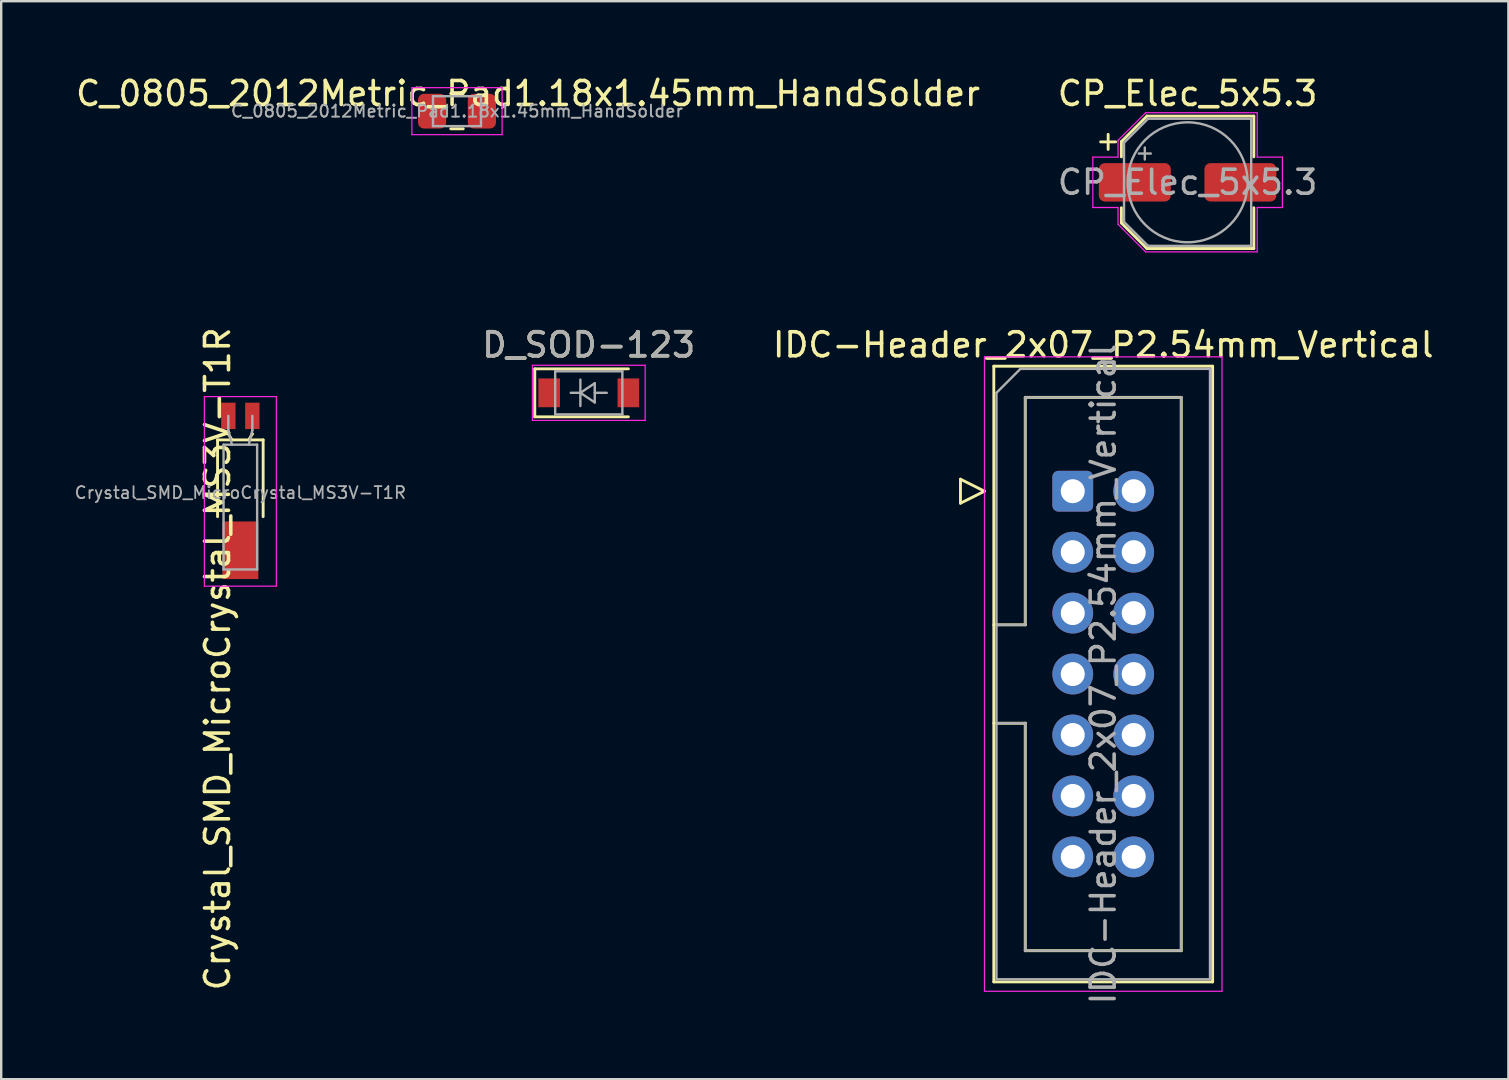
<source format=kicad_pcb>
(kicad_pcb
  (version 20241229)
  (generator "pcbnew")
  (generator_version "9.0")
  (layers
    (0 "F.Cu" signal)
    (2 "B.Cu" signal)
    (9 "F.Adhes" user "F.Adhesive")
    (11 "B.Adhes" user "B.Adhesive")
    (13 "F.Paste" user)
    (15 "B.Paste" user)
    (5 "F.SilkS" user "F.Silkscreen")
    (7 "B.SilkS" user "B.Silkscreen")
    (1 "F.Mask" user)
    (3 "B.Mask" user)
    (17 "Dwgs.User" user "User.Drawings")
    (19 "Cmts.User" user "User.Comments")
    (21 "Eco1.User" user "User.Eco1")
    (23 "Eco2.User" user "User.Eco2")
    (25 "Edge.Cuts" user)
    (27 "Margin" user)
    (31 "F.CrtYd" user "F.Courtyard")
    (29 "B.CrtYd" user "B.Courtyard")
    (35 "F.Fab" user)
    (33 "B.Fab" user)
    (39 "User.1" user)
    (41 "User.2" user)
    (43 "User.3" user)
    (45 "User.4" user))
  (footprint "IDC-Header_2x07_P2.54mm_Vertical"
    (layer "F.Cu")
    (at 41.659 17.422)
    (property "Reference" "IDC-Header_2x07_P2.54mm_Vertical" (at 1.27 -6.1 0) (layer "F.SilkS") (effects (font (size 1 1) (thickness 0.15))))
    (attr through_hole)
    (fp_line (start -4.68 -0.5) (end -4.68 0.5) (stroke (width 0.12) (type solid)) (layer "F.SilkS"))
    (fp_line (start -4.68 0.5) (end -3.68 0) (stroke (width 0.12) (type solid)) (layer "F.SilkS"))
    (fp_line (start -3.68 0) (end -4.68 -0.5) (stroke (width 0.12) (type solid)) (layer "F.SilkS"))
    (fp_line (start -3.29 -5.21) (end 5.83 -5.21) (stroke (width 0.12) (type solid)) (layer "F.SilkS"))
    (fp_line (start -3.29 5.57) (end -1.98 5.57) (stroke (width 0.12) (type solid)) (layer "F.SilkS"))
    (fp_line (start -3.29 20.45) (end -3.29 -5.21) (stroke (width 0.12) (type solid)) (layer "F.SilkS"))
    (fp_line (start -1.98 -3.91) (end 4.52 -3.91) (stroke (width 0.12) (type solid)) (layer "F.SilkS"))
    (fp_line (start -1.98 5.57) (end -1.98 -3.91) (stroke (width 0.12) (type solid)) (layer "F.SilkS"))
    (fp_line (start -1.98 9.67) (end -3.29 9.67) (stroke (width 0.12) (type solid)) (layer "F.SilkS"))
    (fp_line (start -1.98 9.67) (end -1.98 9.67) (stroke (width 0.12) (type solid)) (layer "F.SilkS"))
    (fp_line (start -1.98 19.15) (end -1.98 9.67) (stroke (width 0.12) (type solid)) (layer "F.SilkS"))
    (fp_line (start 4.52 -3.91) (end 4.52 19.15) (stroke (width 0.12) (type solid)) (layer "F.SilkS"))
    (fp_line (start 4.52 19.15) (end -1.98 19.15) (stroke (width 0.12) (type solid)) (layer "F.SilkS"))
    (fp_line (start 5.83 -5.21) (end 5.83 20.45) (stroke (width 0.12) (type solid)) (layer "F.SilkS"))
    (fp_line (start 5.83 20.45) (end -3.29 20.45) (stroke (width 0.12) (type solid)) (layer "F.SilkS"))
    (fp_line (start -3.68 -5.6) (end -3.68 20.84) (stroke (width 0.05) (type solid)) (layer "F.CrtYd"))
    (fp_line (start -3.68 20.84) (end 6.22 20.84) (stroke (width 0.05) (type solid)) (layer "F.CrtYd"))
    (fp_line (start 6.22 -5.6) (end -3.68 -5.6) (stroke (width 0.05) (type solid)) (layer "F.CrtYd"))
    (fp_line (start 6.22 20.84) (end 6.22 -5.6) (stroke (width 0.05) (type solid)) (layer "F.CrtYd"))
    (fp_line (start -3.18 -4.1) (end -2.18 -5.1) (stroke (width 0.1) (type solid)) (layer "F.Fab"))
    (fp_line (start -3.18 5.57) (end -1.98 5.57) (stroke (width 0.1) (type solid)) (layer "F.Fab"))
    (fp_line (start -3.18 20.34) (end -3.18 -4.1) (stroke (width 0.1) (type solid)) (layer "F.Fab"))
    (fp_line (start -2.18 -5.1) (end 5.72 -5.1) (stroke (width 0.1) (type solid)) (layer "F.Fab"))
    (fp_line (start -1.98 -3.91) (end 4.52 -3.91) (stroke (width 0.1) (type solid)) (layer "F.Fab"))
    (fp_line (start -1.98 5.57) (end -1.98 -3.91) (stroke (width 0.1) (type solid)) (layer "F.Fab"))
    (fp_line (start -1.98 9.67) (end -3.18 9.67) (stroke (width 0.1) (type solid)) (layer "F.Fab"))
    (fp_line (start -1.98 9.67) (end -1.98 9.67) (stroke (width 0.1) (type solid)) (layer "F.Fab"))
    (fp_line (start -1.98 19.15) (end -1.98 9.67) (stroke (width 0.1) (type solid)) (layer "F.Fab"))
    (fp_line (start 4.52 -3.91) (end 4.52 19.15) (stroke (width 0.1) (type solid)) (layer "F.Fab"))
    (fp_line (start 4.52 19.15) (end -1.98 19.15) (stroke (width 0.1) (type solid)) (layer "F.Fab"))
    (fp_line (start 5.72 -5.1) (end 5.72 20.34) (stroke (width 0.1) (type solid)) (layer "F.Fab"))
    (fp_line (start 5.72 20.34) (end -3.18 20.34) (stroke (width 0.1) (type solid)) (layer "F.Fab"))
    (fp_text user "${REFERENCE}" (at 1.27 7.62 90) (layer "F.Fab") (effects (font (size 1 1) (thickness 0.15))))
    (pad "1" thru_hole roundrect (at 0 0 180) (size 1.7 1.7) (drill 1) (layers "*.Cu" "*.Mask") (roundrect_rratio 0.147))
    (pad "2" thru_hole circle (at 2.54 0 180) (size 1.7 1.7) (drill 1) (layers "*.Cu" "*.Mask"))
    (pad "3" thru_hole circle (at 0 2.54 180) (size 1.7 1.7) (drill 1) (layers "*.Cu" "*.Mask"))
    (pad "4" thru_hole circle (at 2.54 2.54 180) (size 1.7 1.7) (drill 1) (layers "*.Cu" "*.Mask"))
    (pad "5" thru_hole circle (at 0 5.08 180) (size 1.7 1.7) (drill 1) (layers "*.Cu" "*.Mask"))
    (pad "6" thru_hole circle (at 2.54 5.08 180) (size 1.7 1.7) (drill 1) (layers "*.Cu" "*.Mask"))
    (pad "7" thru_hole circle (at 0 7.62 180) (size 1.7 1.7) (drill 1) (layers "*.Cu" "*.Mask"))
    (pad "8" thru_hole circle (at 2.54 7.62 180) (size 1.7 1.7) (drill 1) (layers "*.Cu" "*.Mask"))
    (pad "9" thru_hole circle (at 0 10.16 180) (size 1.7 1.7) (drill 1) (layers "*.Cu" "*.Mask"))
    (pad "10" thru_hole circle (at 2.54 10.16 180) (size 1.7 1.7) (drill 1) (layers "*.Cu" "*.Mask"))
    (pad "11" thru_hole circle (at 0 12.7 180) (size 1.7 1.7) (drill 1) (layers "*.Cu" "*.Mask"))
    (pad "12" thru_hole circle (at 2.54 12.7 180) (size 1.7 1.7) (drill 1) (layers "*.Cu" "*.Mask"))
    (pad "13" thru_hole circle (at 0 15.24 180) (size 1.7 1.7) (drill 1) (layers "*.Cu" "*.Mask"))
    (pad "14" thru_hole circle (at 2.54 15.24 180) (size 1.7 1.7) (drill 1) (layers "*.Cu" "*.Mask")))
  (footprint "D_SOD-123"
    (layer "F.Cu")
    (at 21.488 13.322)
    (property "Reference" "D_SOD-123" (at 0 -2 0) (layer "F.SilkS") (effects (font (size 1 1) (thickness 0.15))))
    (attr smd)
    (fp_line (start -2.25 -1) (end -2.25 1) (stroke (width 0.12) (type solid)) (layer "F.SilkS"))
    (fp_line (start -2.25 -1) (end 1.65 -1) (stroke (width 0.12) (type solid)) (layer "F.SilkS"))
    (fp_line (start -2.25 1) (end 1.65 1) (stroke (width 0.12) (type solid)) (layer "F.SilkS"))
    (fp_line (start -2.35 -1.15) (end -2.35 1.15) (stroke (width 0.05) (type solid)) (layer "F.CrtYd"))
    (fp_line (start -2.35 -1.15) (end 2.35 -1.15) (stroke (width 0.05) (type solid)) (layer "F.CrtYd"))
    (fp_line (start 2.35 -1.15) (end 2.35 1.15) (stroke (width 0.05) (type solid)) (layer "F.CrtYd"))
    (fp_line (start 2.35 1.15) (end -2.35 1.15) (stroke (width 0.05) (type solid)) (layer "F.CrtYd"))
    (fp_line (start -1.4 -0.9) (end 1.4 -0.9) (stroke (width 0.1) (type solid)) (layer "F.Fab"))
    (fp_line (start -1.4 0.9) (end -1.4 -0.9) (stroke (width 0.1) (type solid)) (layer "F.Fab"))
    (fp_line (start -0.75 0) (end -0.35 0) (stroke (width 0.1) (type solid)) (layer "F.Fab"))
    (fp_line (start -0.35 0) (end -0.35 -0.55) (stroke (width 0.1) (type solid)) (layer "F.Fab"))
    (fp_line (start -0.35 0) (end -0.35 0.55) (stroke (width 0.1) (type solid)) (layer "F.Fab"))
    (fp_line (start -0.35 0) (end 0.25 -0.4) (stroke (width 0.1) (type solid)) (layer "F.Fab"))
    (fp_line (start 0.25 -0.4) (end 0.25 0.4) (stroke (width 0.1) (type solid)) (layer "F.Fab"))
    (fp_line (start 0.25 0) (end 0.75 0) (stroke (width 0.1) (type solid)) (layer "F.Fab"))
    (fp_line (start 0.25 0.4) (end -0.35 0) (stroke (width 0.1) (type solid)) (layer "F.Fab"))
    (fp_line (start 1.4 -0.9) (end 1.4 0.9) (stroke (width 0.1) (type solid)) (layer "F.Fab"))
    (fp_line (start 1.4 0.9) (end -1.4 0.9) (stroke (width 0.1) (type solid)) (layer "F.Fab"))
    (fp_text user "${REFERENCE}" (at 0 -2 0) (layer "F.Fab") (effects (font (size 1 1) (thickness 0.15))))
    (pad "1" smd rect (at -1.65 0 180) (size 0.9 1.2) (layers "F.Cu" "F.Mask" "F.Paste"))
    (pad "2" smd rect (at 1.65 0 180) (size 0.9 1.2) (layers "F.Cu" "F.Mask" "F.Paste")))
  (footprint "CP_Elec_5x5.3"
    (layer "F.Cu")
    (at 46.446 4.548)
    (property "Reference" "CP_Elec_5x5.3" (at 0 -3.7 0) (layer "F.SilkS") (effects (font (size 1 1) (thickness 0.15))))
    (attr smd)
    (fp_line (start -3.625 -1.685) (end -3 -1.685) (stroke (width 0.12) (type solid)) (layer "F.SilkS"))
    (fp_line (start -3.312 -1.998) (end -3.312 -1.373) (stroke (width 0.12) (type solid)) (layer "F.SilkS"))
    (fp_line (start -2.76 -1.696) (end -2.76 -1.06) (stroke (width 0.12) (type solid)) (layer "F.SilkS"))
    (fp_line (start -2.76 -1.696) (end -1.696 -2.76) (stroke (width 0.12) (type solid)) (layer "F.SilkS"))
    (fp_line (start -2.76 1.696) (end -2.76 1.06) (stroke (width 0.12) (type solid)) (layer "F.SilkS"))
    (fp_line (start -2.76 1.696) (end -1.696 2.76) (stroke (width 0.12) (type solid)) (layer "F.SilkS"))
    (fp_line (start -1.696 -2.76) (end 2.76 -2.76) (stroke (width 0.12) (type solid)) (layer "F.SilkS"))
    (fp_line (start -1.696 2.76) (end 2.76 2.76) (stroke (width 0.12) (type solid)) (layer "F.SilkS"))
    (fp_line (start 2.76 -2.76) (end 2.76 -1.06) (stroke (width 0.12) (type solid)) (layer "F.SilkS"))
    (fp_line (start 2.76 2.76) (end 2.76 1.06) (stroke (width 0.12) (type solid)) (layer "F.SilkS"))
    (fp_line (start -3.95 -1.05) (end -3.95 1.05) (stroke (width 0.05) (type solid)) (layer "F.CrtYd"))
    (fp_line (start -3.95 1.05) (end -2.9 1.05) (stroke (width 0.05) (type solid)) (layer "F.CrtYd"))
    (fp_line (start -2.9 -1.75) (end -2.9 -1.05) (stroke (width 0.05) (type solid)) (layer "F.CrtYd"))
    (fp_line (start -2.9 -1.75) (end -1.75 -2.9) (stroke (width 0.05) (type solid)) (layer "F.CrtYd"))
    (fp_line (start -2.9 -1.05) (end -3.95 -1.05) (stroke (width 0.05) (type solid)) (layer "F.CrtYd"))
    (fp_line (start -2.9 1.05) (end -2.9 1.75) (stroke (width 0.05) (type solid)) (layer "F.CrtYd"))
    (fp_line (start -2.9 1.75) (end -1.75 2.9) (stroke (width 0.05) (type solid)) (layer "F.CrtYd"))
    (fp_line (start -1.75 -2.9) (end 2.9 -2.9) (stroke (width 0.05) (type solid)) (layer "F.CrtYd"))
    (fp_line (start -1.75 2.9) (end 2.9 2.9) (stroke (width 0.05) (type solid)) (layer "F.CrtYd"))
    (fp_line (start 2.9 -2.9) (end 2.9 -1.05) (stroke (width 0.05) (type solid)) (layer "F.CrtYd"))
    (fp_line (start 2.9 -1.05) (end 3.95 -1.05) (stroke (width 0.05) (type solid)) (layer "F.CrtYd"))
    (fp_line (start 2.9 1.05) (end 2.9 2.9) (stroke (width 0.05) (type solid)) (layer "F.CrtYd"))
    (fp_line (start 3.95 -1.05) (end 3.95 1.05) (stroke (width 0.05) (type solid)) (layer "F.CrtYd"))
    (fp_line (start 3.95 1.05) (end 2.9 1.05) (stroke (width 0.05) (type solid)) (layer "F.CrtYd"))
    (fp_line (start -2.65 -1.65) (end -2.65 1.65) (stroke (width 0.1) (type solid)) (layer "F.Fab"))
    (fp_line (start -2.65 -1.65) (end -1.65 -2.65) (stroke (width 0.1) (type solid)) (layer "F.Fab"))
    (fp_line (start -2.65 1.65) (end -1.65 2.65) (stroke (width 0.1) (type solid)) (layer "F.Fab"))
    (fp_line (start -2.034 -1.2) (end -1.534 -1.2) (stroke (width 0.1) (type solid)) (layer "F.Fab"))
    (fp_line (start -1.784 -1.45) (end -1.784 -0.95) (stroke (width 0.1) (type solid)) (layer "F.Fab"))
    (fp_line (start -1.65 -2.65) (end 2.65 -2.65) (stroke (width 0.1) (type solid)) (layer "F.Fab"))
    (fp_line (start -1.65 2.65) (end 2.65 2.65) (stroke (width 0.1) (type solid)) (layer "F.Fab"))
    (fp_line (start 2.65 -2.65) (end 2.65 2.65) (stroke (width 0.1) (type solid)) (layer "F.Fab"))
    (fp_circle (center 0 0) (end 2.5 0) (stroke (width 0.1) (type solid)) (fill no) (layer "F.Fab"))
    (fp_text user "${REFERENCE}" (at 0 0 0) (layer "F.Fab") (effects (font (size 1 1) (thickness 0.15))))
    (pad "1" smd roundrect (at -2.2 0 180) (size 3 1.6) (layers "F.Cu" "F.Mask" "F.Paste") (roundrect_rratio 0.156))
    (pad "2" smd roundrect (at 2.2 0 180) (size 3 1.6) (layers "F.Cu" "F.Mask" "F.Paste") (roundrect_rratio 0.156)))
  (footprint "C_0805_2012Metric_Pad1.18x1.45mm_HandSolder"
    (layer "F.Cu")
    (at 15.996 1.583)
    (property "Reference" "C_0805_2012Metric_Pad1.18x1.45mm_HandSolder" (at 2.962 -0.735 0) (layer "F.SilkS") (effects (font (size 1 1) (thickness 0.15))))
    (attr smd)
    (fp_line (start -0.261 -0.735) (end 0.261 -0.735) (stroke (width 0.12) (type solid)) (layer "F.SilkS"))
    (fp_line (start -0.261 0.735) (end 0.261 0.735) (stroke (width 0.12) (type solid)) (layer "F.SilkS"))
    (fp_line (start -1.88 -0.98) (end 1.88 -0.98) (stroke (width 0.05) (type solid)) (layer "F.CrtYd"))
    (fp_line (start -1.88 0.98) (end -1.88 -0.98) (stroke (width 0.05) (type solid)) (layer "F.CrtYd"))
    (fp_line (start 1.88 -0.98) (end 1.88 0.98) (stroke (width 0.05) (type solid)) (layer "F.CrtYd"))
    (fp_line (start 1.88 0.98) (end -1.88 0.98) (stroke (width 0.05) (type solid)) (layer "F.CrtYd"))
    (fp_line (start -1 -0.625) (end 1 -0.625) (stroke (width 0.1) (type solid)) (layer "F.Fab"))
    (fp_line (start -1 0.625) (end -1 -0.625) (stroke (width 0.1) (type solid)) (layer "F.Fab"))
    (fp_line (start 1 -0.625) (end 1 0.625) (stroke (width 0.1) (type solid)) (layer "F.Fab"))
    (fp_line (start 1 0.625) (end -1 0.625) (stroke (width 0.1) (type solid)) (layer "F.Fab"))
    (fp_text user "${REFERENCE}" (at 0 0 0) (layer "F.Fab") (effects (font (size 0.5 0.5) (thickness 0.08))))
    (pad "1" smd roundrect (at -1.038 0 180) (size 1.175 1.45) (layers "F.Cu" "F.Mask" "F.Paste") (roundrect_rratio 0.213))
    (pad "2" smd roundrect (at 1.038 0 180) (size 1.175 1.45) (layers "F.Cu" "F.Mask" "F.Paste") (roundrect_rratio 0.213)))
  (footprint "Crystal_SMD_MicroCrystal_MS3V-T1R"
    (layer "F.Cu")
    (at 6.967 17.408)
    (property "Reference" "Crystal_SMD_MicroCrystal_MS3V-T1R" (at -0.95 7 90) (layer "F.SilkS") (effects (font (size 1 1) (thickness 0.15))))
    (attr smd)
    (fp_line (start -0.95 -2.125) (end 0.95 -2.125) (stroke (width 0.12) (type solid)) (layer "F.SilkS"))
    (fp_line (start -0.95 1.075) (end -0.95 -2.125) (stroke (width 0.12) (type solid)) (layer "F.SilkS"))
    (fp_line (start -0.5 -2.375) (end -0.5 -2.375) (stroke (width 0.12) (type solid)) (layer "F.SilkS"))
    (fp_line (start -0.35 -2.125) (end -0.5 -2.375) (stroke (width 0.12) (type solid)) (layer "F.SilkS"))
    (fp_line (start 0.35 -2.125) (end 0.5 -2.375) (stroke (width 0.12) (type solid)) (layer "F.SilkS"))
    (fp_line (start 0.5 -2.375) (end 0.5 -2.375) (stroke (width 0.12) (type solid)) (layer "F.SilkS"))
    (fp_line (start 0.95 -2.125) (end 0.95 1.075) (stroke (width 0.12) (type solid)) (layer "F.SilkS"))
    (fp_line (start -1.5 -3.93) (end -1.5 3.97) (stroke (width 0.05) (type solid)) (layer "F.CrtYd"))
    (fp_line (start -1.5 3.97) (end 1.5 3.97) (stroke (width 0.05) (type solid)) (layer "F.CrtYd"))
    (fp_line (start 1.5 -3.93) (end -1.5 -3.93) (stroke (width 0.05) (type solid)) (layer "F.CrtYd"))
    (fp_line (start 1.5 3.97) (end 1.5 -3.93) (stroke (width 0.05) (type solid)) (layer "F.CrtYd"))
    (fp_line (start -0.7 -1.925) (end -0.7 3.275) (stroke (width 0.1) (type solid)) (layer "F.Fab"))
    (fp_line (start -0.7 3.275) (end 0.7 3.275) (stroke (width 0.1) (type solid)) (layer "F.Fab"))
    (fp_line (start -0.5 -2.525) (end -0.5 -3.125) (stroke (width 0.1) (type solid)) (layer "F.Fab"))
    (fp_line (start -0.35 -1.925) (end -0.5 -2.525) (stroke (width 0.1) (type solid)) (layer "F.Fab"))
    (fp_line (start 0.35 -1.925) (end 0.5 -2.525) (stroke (width 0.1) (type solid)) (layer "F.Fab"))
    (fp_line (start 0.5 -2.525) (end 0.5 -3.125) (stroke (width 0.1) (type solid)) (layer "F.Fab"))
    (fp_line (start 0.7 -1.925) (end -0.7 -1.925) (stroke (width 0.1) (type solid)) (layer "F.Fab"))
    (fp_line (start 0.7 3.275) (end 0.7 -1.925) (stroke (width 0.1) (type solid)) (layer "F.Fab"))
    (fp_text user "${REFERENCE}" (at 0 0.075 0) (layer "F.Fab") (effects (font (size 0.5 0.5) (thickness 0.075))))
    (pad "1" smd rect (at -0.5 -3.125 180) (size 0.6 1.1) (layers "F.Cu" "F.Mask" "F.Paste"))
    (pad "2" smd rect (at 0.5 -3.125 180) (size 0.6 1.1) (layers "F.Cu" "F.Mask" "F.Paste"))
    (pad "3" smd rect (at 0 2.475 180) (size 1.5 2.4) (layers "F.Cu" "F.Mask" "F.Paste")))
  (gr_rect
    (start -3 -3)
    (end 59.815 41.928)
    (stroke (width 0.1) (type default))
    (fill no)
    (layer "Edge.Cuts")))
</source>
